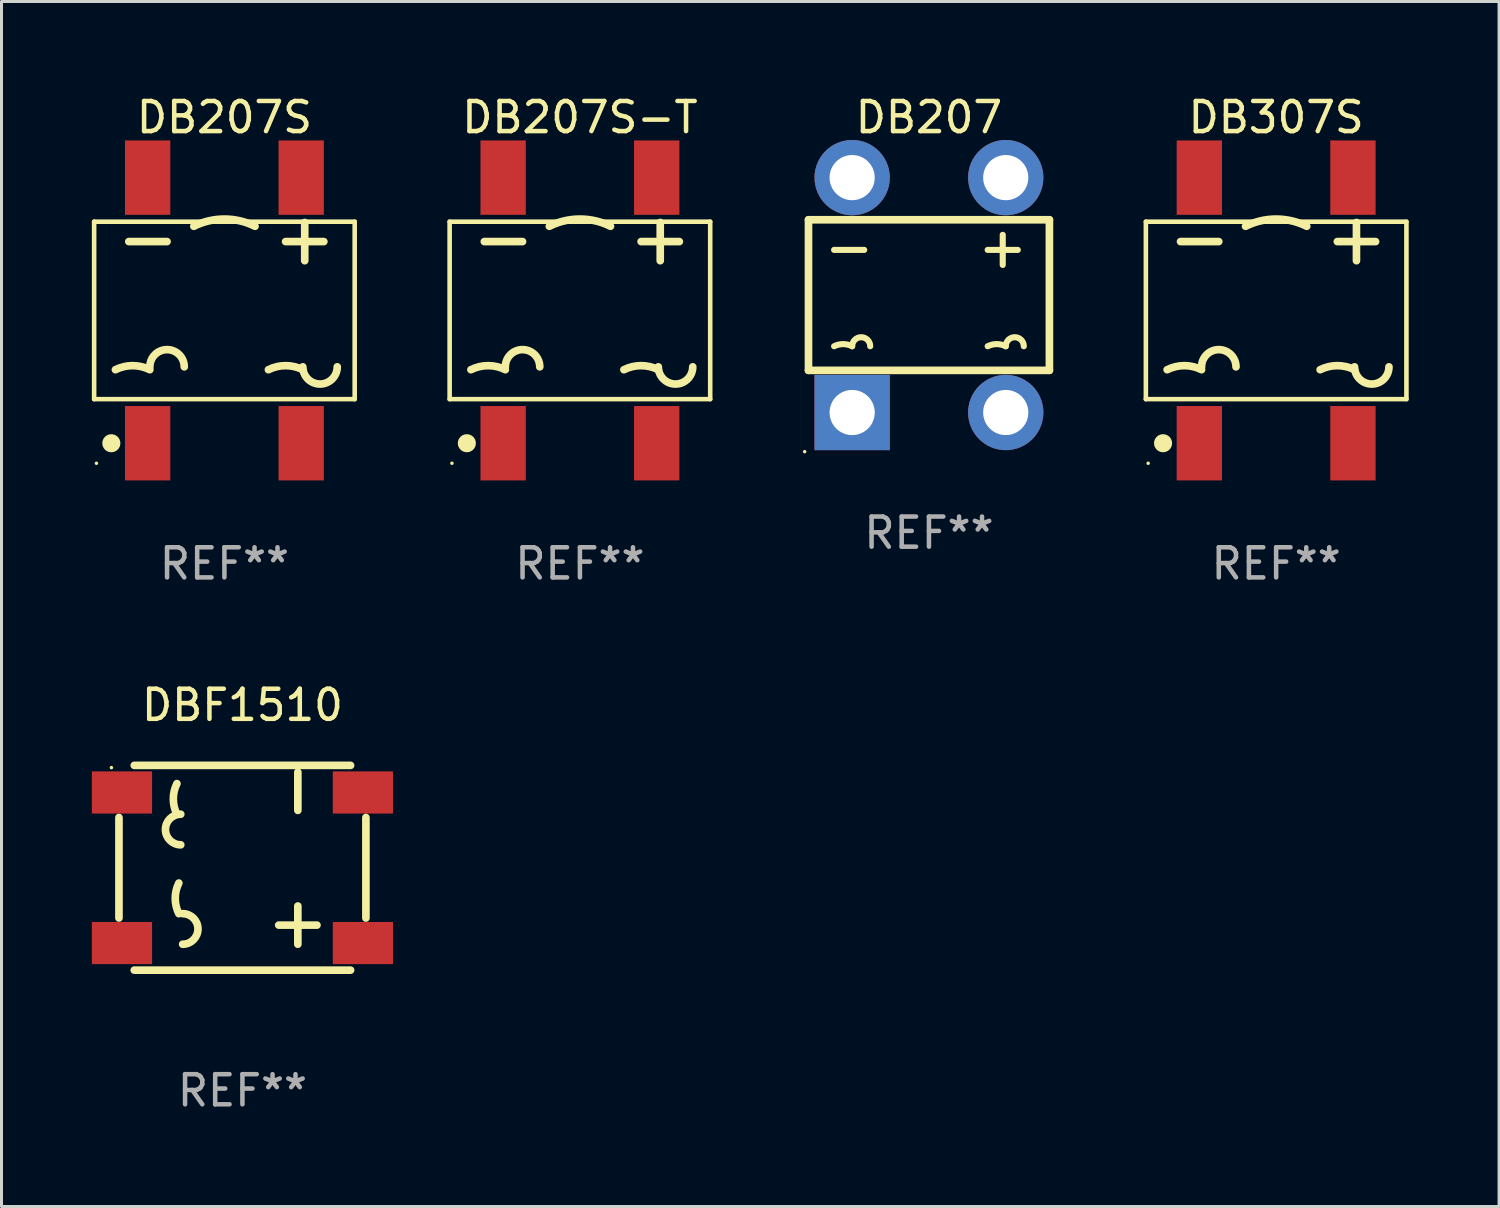
<source format=kicad_pcb>
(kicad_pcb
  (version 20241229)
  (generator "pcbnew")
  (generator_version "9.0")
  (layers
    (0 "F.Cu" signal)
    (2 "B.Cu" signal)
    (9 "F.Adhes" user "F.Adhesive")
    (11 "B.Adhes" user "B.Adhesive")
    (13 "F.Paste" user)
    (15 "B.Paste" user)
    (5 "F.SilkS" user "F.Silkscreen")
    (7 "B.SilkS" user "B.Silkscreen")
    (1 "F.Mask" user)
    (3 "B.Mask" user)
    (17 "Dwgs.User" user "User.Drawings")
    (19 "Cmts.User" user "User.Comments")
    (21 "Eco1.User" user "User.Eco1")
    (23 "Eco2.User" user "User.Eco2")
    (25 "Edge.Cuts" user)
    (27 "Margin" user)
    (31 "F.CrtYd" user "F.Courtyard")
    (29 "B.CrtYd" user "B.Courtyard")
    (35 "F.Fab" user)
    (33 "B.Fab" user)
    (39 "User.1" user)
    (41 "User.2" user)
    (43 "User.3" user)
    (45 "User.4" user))
  (footprint "DB207S"
    (layer "F.Cu")
    (at 4.402 7.258)
    (property "Reference" "DB207S" (at 0 -6.41 0) (layer "F.SilkS") (effects (font (size 1 1) (thickness 0.15))))
    (attr through_hole)
    (fp_line (start -4.326 -2.946) (end 4.326 -2.946) (stroke (width 0.152) (type solid)) (layer "F.SilkS"))
    (fp_line (start -4.326 2.946) (end -4.326 -2.946) (stroke (width 0.152) (type solid)) (layer "F.SilkS"))
    (fp_line (start -3.175 -2.286) (end -1.905 -2.286) (stroke (width 0.254) (type solid)) (layer "F.SilkS"))
    (fp_line (start 2.032 -2.286) (end 3.302 -2.286) (stroke (width 0.254) (type solid)) (layer "F.SilkS"))
    (fp_line (start 2.667 -1.651) (end 2.667 -2.921) (stroke (width 0.254) (type solid)) (layer "F.SilkS"))
    (fp_line (start 4.326 -2.946) (end 4.326 2.946) (stroke (width 0.152) (type solid)) (layer "F.SilkS"))
    (fp_line (start 4.326 2.946) (end -4.326 2.946) (stroke (width 0.152) (type solid)) (layer "F.SilkS"))
    (fp_arc (start -3.619507 1.968504) (mid -3.048006 1.833591) (end -2.476505 1.968504) (stroke (width 0.254001) (type solid)) (layer "F.SilkS"))
    (fp_arc (start -2.476505 1.873254) (mid -1.905004 1.301753) (end -1.333503 1.873254) (stroke (width 0.254001) (type solid)) (layer "F.SilkS"))
    (fp_arc (start -1.016002 -2.794006) (mid 0 -3.033852) (end 1.016002 -2.794006) (stroke (width 0.254001) (type solid)) (layer "F.SilkS"))
    (fp_arc (start 1.460503 1.968504) (mid 2.032004 1.833591) (end 2.603505 1.968504) (stroke (width 0.254001) (type solid)) (layer "F.SilkS"))
    (fp_arc (start 3.746507 1.873254) (mid 3.175006 2.444755) (end 2.603505 1.873254) (stroke (width 0.254001) (type solid)) (layer "F.SilkS"))
    (fp_circle (center -4.25 5.075) (end -4.22 5.075) (stroke (width 0.06) (type solid)) (fill no) (layer "F.SilkS"))
    (fp_circle (center -3.755 4.41) (end -3.605 4.41) (stroke (width 0.3) (type solid)) (fill no) (layer "F.SilkS"))
    (fp_text user "REF**" (at 0 8.41 0) (layer "F.Fab") (effects (font (size 1 1) (thickness 0.15))))
    (pad "1" smd rect (at -2.55 4.41 180) (size 1.505 2.47) (layers "F.Cu" "F.Mask" "F.Paste"))
    (pad "2" smd rect (at 2.55 4.41 180) (size 1.505 2.47) (layers "F.Cu" "F.Mask" "F.Paste"))
    (pad "3" smd rect (at 2.55 -4.41 180) (size 1.505 2.47) (layers "F.Cu" "F.Mask" "F.Paste"))
    (pad "4" smd rect (at -2.55 -4.41 180) (size 1.505 2.47) (layers "F.Cu" "F.Mask" "F.Paste")))
  (footprint "DBF1510"
    (layer "F.Cu")
    (at 5 25.765)
    (property "Reference" "DBF1510" (at 0 -5.4 0) (layer "F.SilkS") (effects (font (size 1 1) (thickness 0.15))))
    (attr through_hole)
    (fp_line (start -4.1 -1.669) (end -4.1 1.669) (stroke (width 0.254) (type solid)) (layer "F.SilkS"))
    (fp_line (start -3.592 3.4) (end 3.592 3.4) (stroke (width 0.254) (type solid)) (layer "F.SilkS"))
    (fp_line (start -3.592 -3.4) (end 3.592 -3.4) (stroke (width 0.254) (type solid)) (layer "F.SilkS"))
    (fp_line (start 1.205 1.905) (end 2.475 1.905) (stroke (width 0.254) (type solid)) (layer "F.SilkS"))
    (fp_line (start 1.84 -3.175) (end 1.84 -1.905) (stroke (width 0.254) (type solid)) (layer "F.SilkS"))
    (fp_line (start 1.84 1.27) (end 1.84 2.54) (stroke (width 0.254) (type solid)) (layer "F.SilkS"))
    (fp_line (start 4.1 -1.669) (end 4.1 1.669) (stroke (width 0.254) (type solid)) (layer "F.SilkS"))
    (fp_arc (start -2.175006 -1.778016) (mid -2.294929 -2.286017) (end -2.175006 -2.794018) (stroke (width 0.254001) (type solid)) (layer "F.SilkS"))
    (fp_arc (start -2.111506 1.52399) (mid -2.231429 1.015989) (end -2.111506 0.507988) (stroke (width 0.254001) (type solid)) (layer "F.SilkS"))
    (fp_arc (start -2.048006 -0.762014) (mid -2.556007 -1.270015) (end -2.048006 -1.778016) (stroke (width 0.254001) (type solid)) (layer "F.SilkS"))
    (fp_arc (start -1.984506 1.52399) (mid -1.476505 2.031991) (end -1.984506 2.539992) (stroke (width 0.254001) (type solid)) (layer "F.SilkS"))
    (fp_circle (center -4.35 -3.325) (end -4.32 -3.325) (stroke (width 0.06) (type solid)) (fill no) (layer "F.SilkS"))
    (fp_text user "REF**" (at 0 7.4 0) (layer "F.Fab") (effects (font (size 1 1) (thickness 0.15))))
    (pad "1" smd rect (at -4 -2.5) (size 2 1.4) (layers "F.Cu" "F.Mask" "F.Paste"))
    (pad "2" smd rect (at -4 2.5) (size 2 1.4) (layers "F.Cu" "F.Mask" "F.Paste"))
    (pad "3" smd rect (at 4 2.5) (size 2 1.4) (layers "F.Cu" "F.Mask" "F.Paste"))
    (pad "4" smd rect (at 4 -2.5) (size 2 1.4) (layers "F.Cu" "F.Mask" "F.Paste")))
  (footprint "DB307S"
    (layer "F.Cu")
    (at 39.326 7.258)
    (property "Reference" "DB307S" (at 0 -6.41 0) (layer "F.SilkS") (effects (font (size 1 1) (thickness 0.15))))
    (attr through_hole)
    (fp_line (start -4.326 -2.946) (end 4.326 -2.946) (stroke (width 0.152) (type solid)) (layer "F.SilkS"))
    (fp_line (start -4.326 2.946) (end -4.326 -2.946) (stroke (width 0.152) (type solid)) (layer "F.SilkS"))
    (fp_line (start -3.175 -2.286) (end -1.905 -2.286) (stroke (width 0.254) (type solid)) (layer "F.SilkS"))
    (fp_line (start 2.032 -2.286) (end 3.302 -2.286) (stroke (width 0.254) (type solid)) (layer "F.SilkS"))
    (fp_line (start 2.667 -1.651) (end 2.667 -2.921) (stroke (width 0.254) (type solid)) (layer "F.SilkS"))
    (fp_line (start 4.326 -2.946) (end 4.326 2.946) (stroke (width 0.152) (type solid)) (layer "F.SilkS"))
    (fp_line (start 4.326 2.946) (end -4.326 2.946) (stroke (width 0.152) (type solid)) (layer "F.SilkS"))
    (fp_arc (start -3.619507 1.968504) (mid -3.048006 1.833591) (end -2.476505 1.968504) (stroke (width 0.254001) (type solid)) (layer "F.SilkS"))
    (fp_arc (start -2.476505 1.873254) (mid -1.905004 1.301753) (end -1.333503 1.873254) (stroke (width 0.254001) (type solid)) (layer "F.SilkS"))
    (fp_arc (start -1.016002 -2.794006) (mid 0 -3.033852) (end 1.016002 -2.794006) (stroke (width 0.254001) (type solid)) (layer "F.SilkS"))
    (fp_arc (start 1.460503 1.968504) (mid 2.032004 1.833591) (end 2.603505 1.968504) (stroke (width 0.254001) (type solid)) (layer "F.SilkS"))
    (fp_arc (start 3.746507 1.873254) (mid 3.175006 2.444755) (end 2.603505 1.873254) (stroke (width 0.254001) (type solid)) (layer "F.SilkS"))
    (fp_circle (center -4.25 5.075) (end -4.22 5.075) (stroke (width 0.06) (type solid)) (fill no) (layer "F.SilkS"))
    (fp_circle (center -3.755 4.41) (end -3.605 4.41) (stroke (width 0.3) (type solid)) (fill no) (layer "F.SilkS"))
    (fp_text user "REF**" (at 0 8.41 0) (layer "F.Fab") (effects (font (size 1 1) (thickness 0.15))))
    (pad "1" smd rect (at -2.55 4.41 180) (size 1.505 2.47) (layers "F.Cu" "F.Mask" "F.Paste"))
    (pad "2" smd rect (at 2.55 4.41 180) (size 1.505 2.47) (layers "F.Cu" "F.Mask" "F.Paste"))
    (pad "3" smd rect (at 2.55 -4.41 180) (size 1.505 2.47) (layers "F.Cu" "F.Mask" "F.Paste"))
    (pad "4" smd rect (at -2.55 -4.41 180) (size 1.505 2.47) (layers "F.Cu" "F.Mask" "F.Paste")))
  (footprint "DB207S-T"
    (layer "F.Cu")
    (at 16.207 7.258)
    (property "Reference" "DB207S-T" (at 0 -6.41 0) (layer "F.SilkS") (effects (font (size 1 1) (thickness 0.15))))
    (attr through_hole)
    (fp_line (start -4.326 -2.946) (end 4.326 -2.946) (stroke (width 0.152) (type solid)) (layer "F.SilkS"))
    (fp_line (start -4.326 2.946) (end -4.326 -2.946) (stroke (width 0.152) (type solid)) (layer "F.SilkS"))
    (fp_line (start -3.175 -2.286) (end -1.905 -2.286) (stroke (width 0.254) (type solid)) (layer "F.SilkS"))
    (fp_line (start 2.032 -2.286) (end 3.302 -2.286) (stroke (width 0.254) (type solid)) (layer "F.SilkS"))
    (fp_line (start 2.667 -1.651) (end 2.667 -2.921) (stroke (width 0.254) (type solid)) (layer "F.SilkS"))
    (fp_line (start 4.326 -2.946) (end 4.326 2.946) (stroke (width 0.152) (type solid)) (layer "F.SilkS"))
    (fp_line (start 4.326 2.946) (end -4.326 2.946) (stroke (width 0.152) (type solid)) (layer "F.SilkS"))
    (fp_arc (start -3.619507 1.968504) (mid -3.048006 1.833591) (end -2.476505 1.968504) (stroke (width 0.254001) (type solid)) (layer "F.SilkS"))
    (fp_arc (start -2.476505 1.873254) (mid -1.905004 1.301753) (end -1.333503 1.873254) (stroke (width 0.254001) (type solid)) (layer "F.SilkS"))
    (fp_arc (start -1.016002 -2.794006) (mid 0 -3.033852) (end 1.016002 -2.794006) (stroke (width 0.254001) (type solid)) (layer "F.SilkS"))
    (fp_arc (start 1.460503 1.968504) (mid 2.032004 1.833591) (end 2.603505 1.968504) (stroke (width 0.254001) (type solid)) (layer "F.SilkS"))
    (fp_arc (start 3.746507 1.873254) (mid 3.175006 2.444755) (end 2.603505 1.873254) (stroke (width 0.254001) (type solid)) (layer "F.SilkS"))
    (fp_circle (center -4.25 5.075) (end -4.22 5.075) (stroke (width 0.06) (type solid)) (fill no) (layer "F.SilkS"))
    (fp_circle (center -3.755 4.41) (end -3.605 4.41) (stroke (width 0.3) (type solid)) (fill no) (layer "F.SilkS"))
    (fp_text user "REF**" (at 0 8.41 0) (layer "F.Fab") (effects (font (size 1 1) (thickness 0.15))))
    (pad "1" smd rect (at -2.55 4.41 180) (size 1.505 2.47) (layers "F.Cu" "F.Mask" "F.Paste"))
    (pad "2" smd rect (at 2.55 4.41 180) (size 1.505 2.47) (layers "F.Cu" "F.Mask" "F.Paste"))
    (pad "3" smd rect (at 2.55 -4.41 180) (size 1.505 2.47) (layers "F.Cu" "F.Mask" "F.Paste"))
    (pad "4" smd rect (at -2.55 -4.41 180) (size 1.505 2.47) (layers "F.Cu" "F.Mask" "F.Paste")))
  (footprint "DB207"
    (layer "F.Cu")
    (at 27.797 6.748)
    (property "Reference" "DB207" (at 0 -5.9 0) (layer "F.SilkS") (effects (font (size 1 1) (thickness 0.15))))
    (attr through_hole)
    (fp_line (start -4 -2.5) (end -4 2.5) (stroke (width 0.254) (type solid)) (layer "F.SilkS"))
    (fp_line (start -4 2.5) (end 4 2.5) (stroke (width 0.254) (type solid)) (layer "F.SilkS"))
    (fp_line (start -3.15 -1.5) (end -2.15 -1.5) (stroke (width 0.203) (type solid)) (layer "F.SilkS"))
    (fp_line (start 1.95 -1.5) (end 2.95 -1.5) (stroke (width 0.203) (type solid)) (layer "F.SilkS"))
    (fp_line (start 2.45 -1) (end 2.45 -2) (stroke (width 0.203) (type solid)) (layer "F.SilkS"))
    (fp_line (start 4 -2.5) (end -4 -2.5) (stroke (width 0.254) (type solid)) (layer "F.SilkS"))
    (fp_line (start 4 2.5) (end 4 -2.5) (stroke (width 0.254) (type solid)) (layer "F.SilkS"))
    (fp_arc (start -3.149606 1.699263) (mid -2.849885 1.628538) (end -2.550165 1.699264) (stroke (width 0.2032) (type solid)) (layer "F.SilkS"))
    (fp_arc (start -2.550166 1.699264) (mid -2.250445 1.399822) (end -1.950724 1.699263) (stroke (width 0.2032) (type solid)) (layer "F.SilkS"))
    (fp_arc (start 1.950724 1.699263) (mid 2.250445 1.628538) (end 2.550166 1.699263) (stroke (width 0.2032) (type solid)) (layer "F.SilkS"))
    (fp_arc (start 2.550166 1.699264) (mid 2.849886 1.399823) (end 3.149606 1.699263) (stroke (width 0.2032) (type solid)) (layer "F.SilkS"))
    (fp_circle (center -4.127 5.2) (end -4.097 5.2) (stroke (width 0.06) (type solid)) (fill no) (layer "F.SilkS"))
    (fp_text user "REF**" (at 0 7.9 0) (layer "F.Fab") (effects (font (size 1 1) (thickness 0.15))))
    (pad "1" thru_hole rect (at -2.55 3.9 180) (size 2.5 2.5) (drill 1.5) (layers "*.Cu" "*.Mask"))
    (pad "2" thru_hole circle (at 2.55 3.9) (size 2.5 2.5) (drill 1.5) (layers "*.Cu" "*.Mask"))
    (pad "3" thru_hole circle (at 2.55 -3.9) (size 2.5 2.5) (drill 1.5) (layers "*.Cu" "*.Mask"))
    (pad "4" thru_hole circle (at -2.55 -3.9) (size 2.5 2.5) (drill 1.5) (layers "*.Cu" "*.Mask")))
  (gr_rect
    (start -3 -3)
    (end 46.728 37.013)
    (stroke (width 0.1) (type default))
    (fill no)
    (layer "Edge.Cuts")))
</source>
